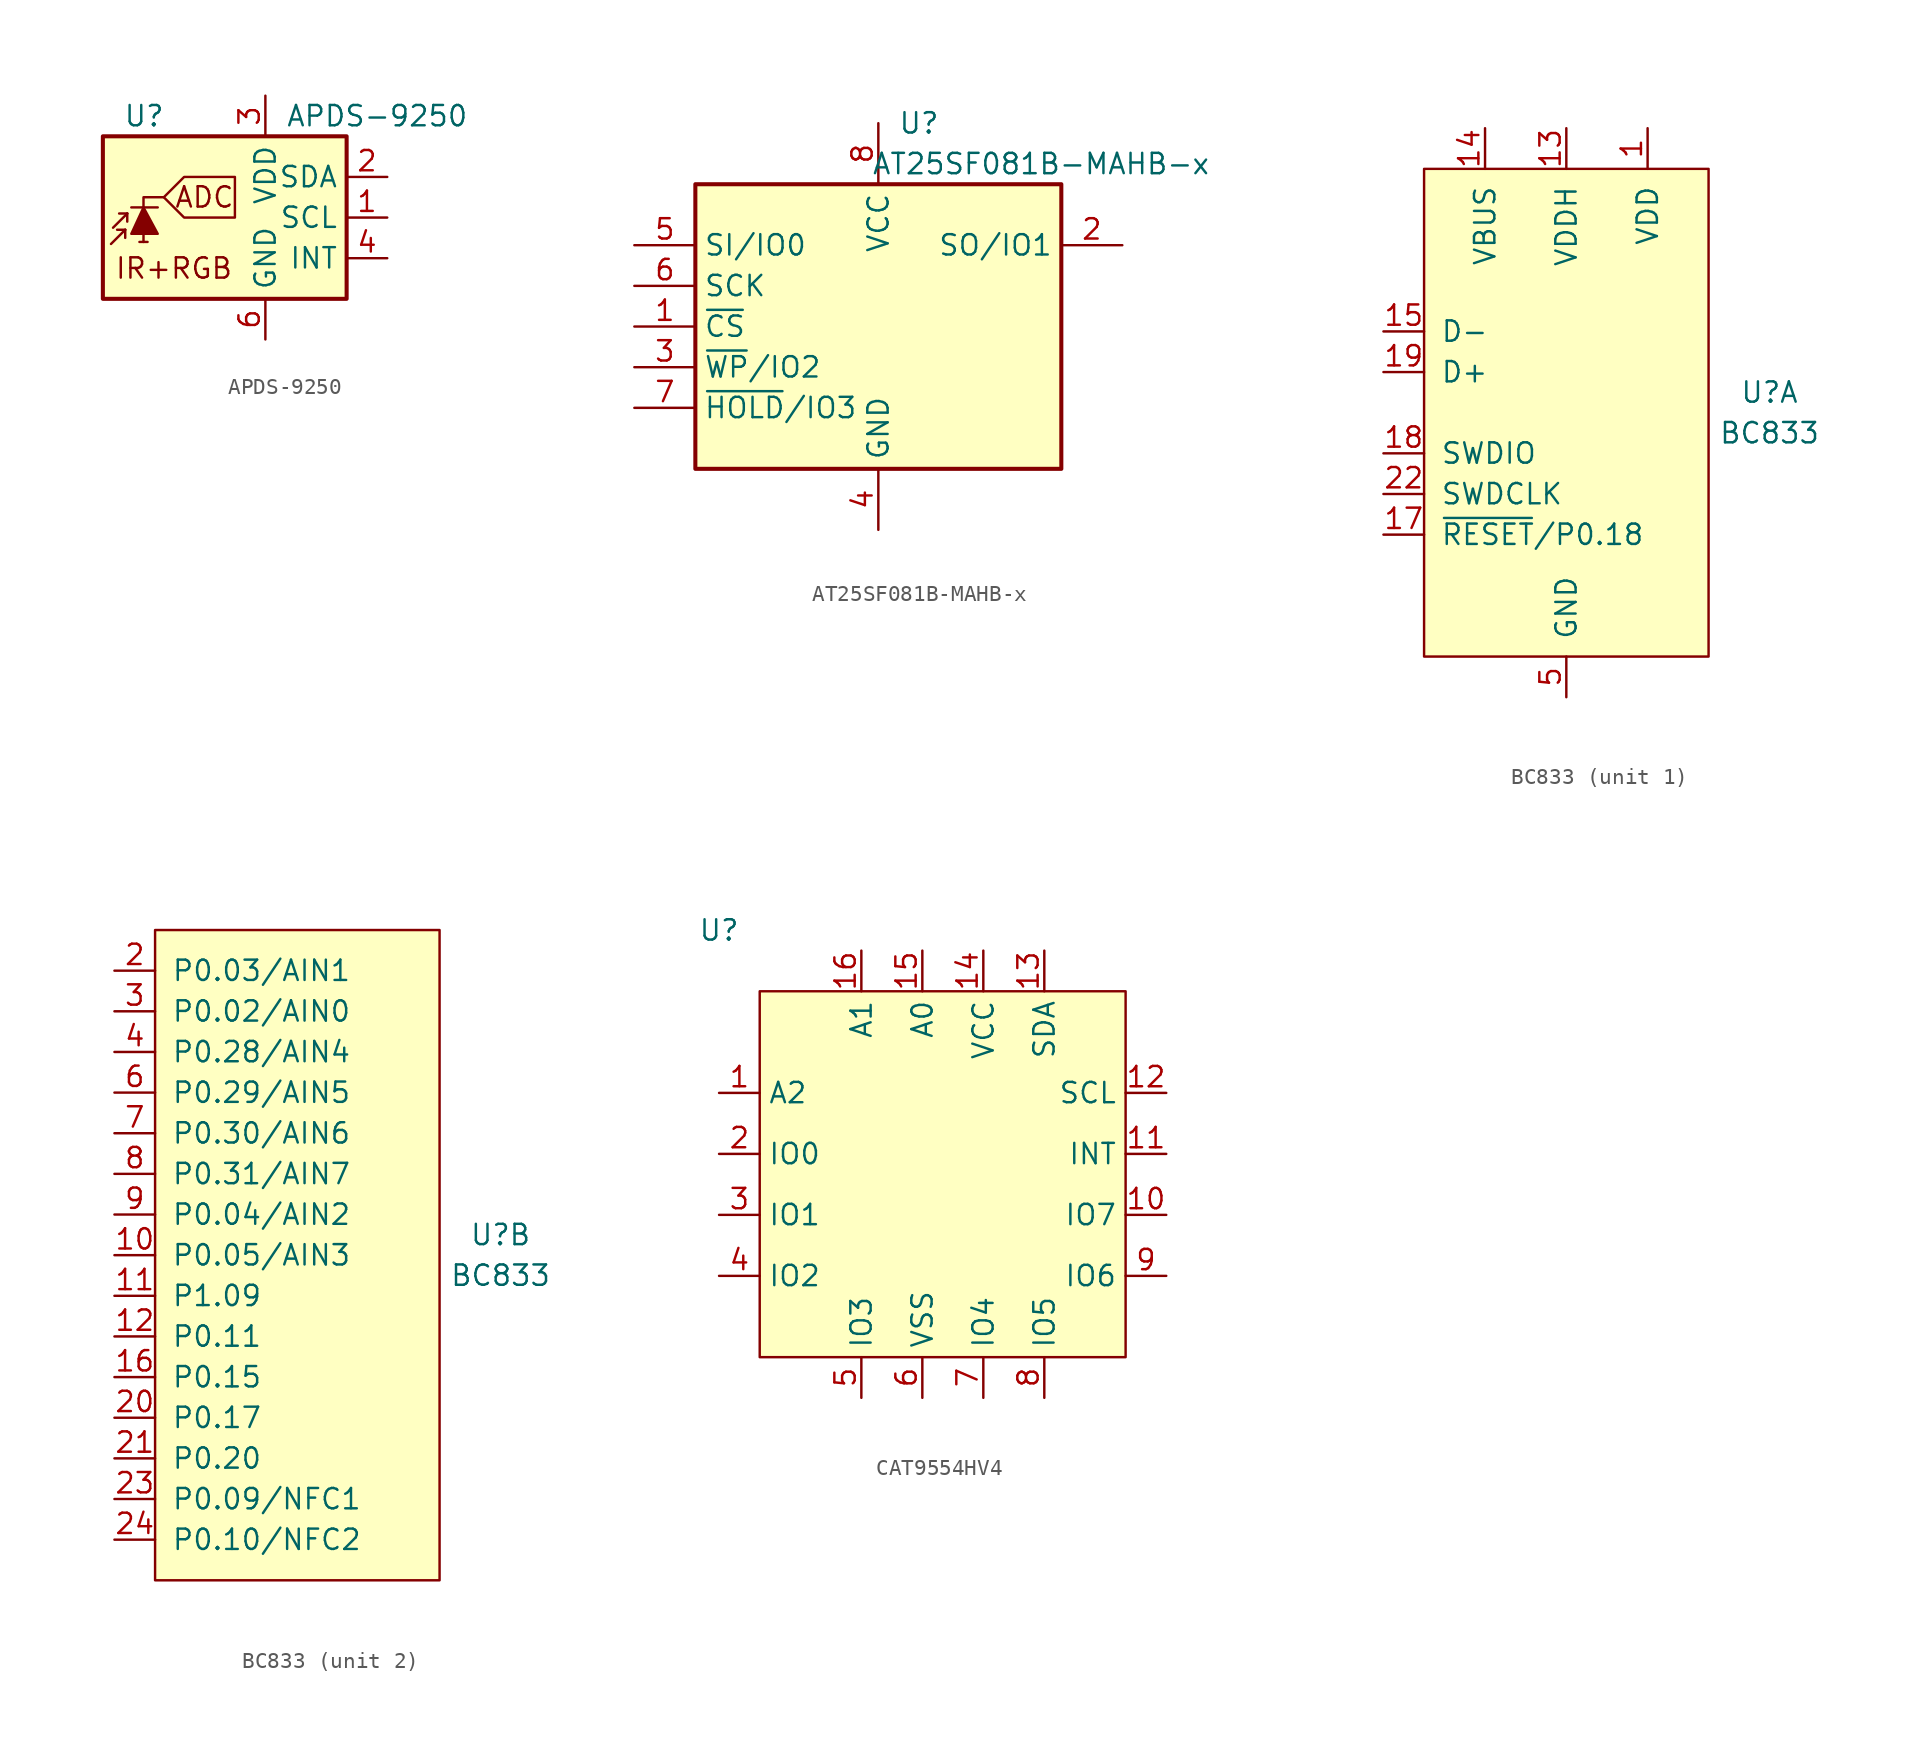
<source format=kicad_sym>
(kicad_symbol_lib
  (version 20220914)
  (generator kicad_symbol_editor)
  (symbol "APDS-9250"
    (property "Reference" "U"
      (at -6.35 6.35 0)
      (effects (font (size 1.27 1.27)) (justify left)))
    (property "Value" "APDS-9250"
      (at 3.81 6.35 0)
      (effects (font (size 1.27 1.27)) (justify left)))
    (symbol "APDS-9250_0_0"
      (polyline (pts (xy -3.81 1.27) (xy -2.54 2.54) (xy 0.635 2.54) (xy 0.635 0) (xy -2.54 0) (xy -3.81 1.27)) (stroke (width 0) (type solid)) (fill (type none)))
      (text "ADC" (at -1.27 1.27 0) (effects (font (size 1.27 1.27))))
      (text "IR+RGB" (at -3.175 -3.175 0) (effects (font (size 1.27 1.27)))))
    (symbol "APDS-9250_0_1"
      (rectangle (start -7.62 5.08) (end 7.62 -5.08) (stroke (width 0.254) (type solid)) (fill (type background))))
    (symbol "APDS-9250_1_0"
      (polyline (pts (xy -5.08 -1.524) (xy -5.08 1.27) (xy -3.81 1.27)) (stroke (width 0) (type solid)) (fill (type none))))
    (symbol "APDS-9250_1_1"
      (polyline (pts (xy -6.223 -0.762) (xy -7.112 -1.651)) (stroke (width 0) (type solid)) (fill (type none)))
      (polyline (pts (xy -6.223 -0.762) (xy -6.731 -0.762)) (stroke (width 0) (type solid)) (fill (type none)))
      (polyline (pts (xy -6.223 -0.762) (xy -6.223 -1.27)) (stroke (width 0) (type solid)) (fill (type none)))
      (polyline (pts (xy -6.096 0.254) (xy -6.985 -0.635)) (stroke (width 0) (type solid)) (fill (type none)))
      (polyline (pts (xy -6.096 0.254) (xy -6.604 0.254)) (stroke (width 0) (type solid)) (fill (type none)))
      (polyline (pts (xy -6.096 0.254) (xy -6.096 -0.254)) (stroke (width 0) (type solid)) (fill (type none)))
      (polyline (pts (xy -5.842 0.635) (xy -4.191 0.635)) (stroke (width 0) (type solid)) (fill (type none)))
      (polyline (pts (xy -4.826 -1.524) (xy -5.334 -1.524)) (stroke (width 0) (type solid)) (fill (type none)))
      (polyline (pts (xy -5.842 -1.016) (xy -4.191 -1.016) (xy -5.08 0.635) (xy -5.842 -1.016)) (stroke (width 0) (type solid)) (fill (type outline)))
      (pin input line (at 10.16 0 180) (length 2.54) (name "SCL" (effects (font (size 1.27 1.27)))) (number "1" (effects (font (size 1.27 1.27)))))
      (pin bidirectional line (at 10.16 2.54 180) (length 2.54) (name "SDA" (effects (font (size 1.27 1.27)))) (number "2" (effects (font (size 1.27 1.27)))))
      (pin power_in line (at 2.54 7.62 270) (length 2.54) (name "VDD" (effects (font (size 1.27 1.27)))) (number "3" (effects (font (size 1.27 1.27)))))
      (pin open_collector line (at 10.16 -2.54 180) (length 2.54) (name "INT" (effects (font (size 1.27 1.27)))) (number "4" (effects (font (size 1.27 1.27)))))
      (pin no_connect line (at -7.62 2.54 0) (length 2.54) hide (name "NC" (effects (font (size 1.27 1.27)))) (number "5" (effects (font (size 1.27 1.27)))))
      (pin power_in line (at 2.54 -7.62 90) (length 2.54) (name "GND" (effects (font (size 1.27 1.27)))) (number "6" (effects (font (size 1.27 1.27)))))))
  (symbol "AT25SF081B-MAHB-x"
    (property "Reference" "U"
      (at 2.54 12.7 0)
      (effects (font (size 1.27 1.27))))
    (property "Value" "AT25SF081B-MAHB-x"
      (at 10.16 10.16 0)
      (effects (font (size 1.27 1.27))))
    (symbol "AT25SF081B-MAHB-x_1_1"
      (rectangle (start -11.43 8.89) (end 11.43 -8.89) (stroke (width 0.254) (type solid)) (fill (type background)))
      (pin input line (at -15.24 0 0) (length 3.81) (name "~{CS}" (effects (font (size 1.27 1.27)))) (number "1" (effects (font (size 1.27 1.27)))))
      (pin bidirectional line (at 15.24 5.08 180) (length 3.81) (name "SO/IO1" (effects (font (size 1.27 1.27)))) (number "2" (effects (font (size 1.27 1.27)))))
      (pin bidirectional line (at -15.24 -2.54 0) (length 3.81) (name "~{WP}/IO2" (effects (font (size 1.27 1.27)))) (number "3" (effects (font (size 1.27 1.27)))))
      (pin power_in line (at 0 -12.7 90) (length 3.81) (name "GND" (effects (font (size 1.27 1.27)))) (number "4" (effects (font (size 1.27 1.27)))))
      (pin bidirectional line (at -15.24 5.08 0) (length 3.81) (name "SI/IO0" (effects (font (size 1.27 1.27)))) (number "5" (effects (font (size 1.27 1.27)))))
      (pin input line (at -15.24 2.54 0) (length 3.81) (name "SCK" (effects (font (size 1.27 1.27)))) (number "6" (effects (font (size 1.27 1.27)))))
      (pin bidirectional line (at -15.24 -5.08 0) (length 3.81) (name "~{HOLD}/IO3" (effects (font (size 1.27 1.27)))) (number "7" (effects (font (size 1.27 1.27)))))
      (pin power_in line (at 0 12.7 270) (length 3.81) (name "VCC" (effects (font (size 1.27 1.27)))) (number "8" (effects (font (size 1.27 1.27)))))))
  (symbol "BC833"
    (pin_names
      (offset 1.016))
    (property "Reference" "U"
      (at 12.7 1.27 0)
      (effects (font (size 1.27 1.27))))
    (property "Value" "BC833"
      (at 12.7 -1.27 0)
      (effects (font (size 1.27 1.27))))
    (property "ki_locked" ""
      (at 0 0 0)
      (effects (font (size 1.27 1.27))))
    (symbol "BC833_1_1"
      (rectangle (start -8.89 15.24) (end 8.89 -15.24) (stroke (width 0) (type solid)) (fill (type background)))
      (pin power_in line (at 5.08 17.78 270) (length 2.54) (name "VDD" (effects (font (size 1.27 1.27)))) (number "1" (effects (font (size 1.27 1.27)))))
      (pin power_in line (at 0 17.78 270) (length 2.54) (name "VDDH" (effects (font (size 1.27 1.27)))) (number "13" (effects (font (size 1.27 1.27)))))
      (pin power_in line (at -5.08 17.78 270) (length 2.54) (name "VBUS" (effects (font (size 1.27 1.27)))) (number "14" (effects (font (size 1.27 1.27)))))
      (pin bidirectional line (at -11.43 5.08 0) (length 2.54) (name "D-" (effects (font (size 1.27 1.27)))) (number "15" (effects (font (size 1.27 1.27)))))
      (pin input line (at -11.43 -7.62 0) (length 2.54) (name "~{RESET}/P0.18" (effects (font (size 1.27 1.27)))) (number "17" (effects (font (size 1.27 1.27)))))
      (pin bidirectional line (at -11.43 -2.54 0) (length 2.54) (name "SWDIO" (effects (font (size 1.27 1.27)))) (number "18" (effects (font (size 1.27 1.27)))))
      (pin bidirectional line (at -11.43 2.54 0) (length 2.54) (name "D+" (effects (font (size 1.27 1.27)))) (number "19" (effects (font (size 1.27 1.27)))))
      (pin input line (at -11.43 -5.08 0) (length 2.54) (name "SWDCLK" (effects (font (size 1.27 1.27)))) (number "22" (effects (font (size 1.27 1.27)))))
      (pin power_in line (at 0 -17.78 90) (length 2.54) hide (name "GND" (effects (font (size 1.27 1.27)))) (number "25" (effects (font (size 1.27 1.27)))))
      (pin power_in line (at 0 -17.78 90) (length 2.54) hide (name "GND" (effects (font (size 1.27 1.27)))) (number "26" (effects (font (size 1.27 1.27)))))
      (pin power_in line (at 0 -17.78 90) (length 2.54) hide (name "GND" (effects (font (size 1.27 1.27)))) (number "27" (effects (font (size 1.27 1.27)))))
      (pin power_in line (at 0 -17.78 90) (length 2.54) hide (name "GND" (effects (font (size 1.27 1.27)))) (number "28" (effects (font (size 1.27 1.27)))))
      (pin power_in line (at 0 -17.78 90) (length 2.54) (name "GND" (effects (font (size 1.27 1.27)))) (number "5" (effects (font (size 1.27 1.27))))))
    (symbol "BC833_2_1"
      (rectangle (start -8.89 20.32) (end 8.89 -20.32) (stroke (width 0) (type solid)) (fill (type background)))
      (pin bidirectional line (at -11.43 0 0) (length 2.54) (name "P0.05/AIN3" (effects (font (size 1.27 1.27)))) (number "10" (effects (font (size 1.27 1.27)))))
      (pin bidirectional line (at -11.43 -2.54 0) (length 2.54) (name "P1.09" (effects (font (size 1.27 1.27)))) (number "11" (effects (font (size 1.27 1.27)))))
      (pin bidirectional line (at -11.43 -5.08 0) (length 2.54) (name "P0.11" (effects (font (size 1.27 1.27)))) (number "12" (effects (font (size 1.27 1.27)))))
      (pin bidirectional line (at -11.43 -7.62 0) (length 2.54) (name "P0.15" (effects (font (size 1.27 1.27)))) (number "16" (effects (font (size 1.27 1.27)))))
      (pin bidirectional line (at -11.43 17.78 0) (length 2.54) (name "P0.03/AIN1" (effects (font (size 1.27 1.27)))) (number "2" (effects (font (size 1.27 1.27)))))
      (pin bidirectional line (at -11.43 -10.16 0) (length 2.54) (name "P0.17" (effects (font (size 1.27 1.27)))) (number "20" (effects (font (size 1.27 1.27)))))
      (pin bidirectional line (at -11.43 -12.7 0) (length 2.54) (name "P0.20" (effects (font (size 1.27 1.27)))) (number "21" (effects (font (size 1.27 1.27)))))
      (pin bidirectional line (at -11.43 -15.24 0) (length 2.54) (name "P0.09/NFC1" (effects (font (size 1.27 1.27)))) (number "23" (effects (font (size 1.27 1.27)))))
      (pin bidirectional line (at -11.43 -17.78 0) (length 2.54) (name "P0.10/NFC2" (effects (font (size 1.27 1.27)))) (number "24" (effects (font (size 1.27 1.27)))))
      (pin bidirectional line (at -11.43 15.24 0) (length 2.54) (name "P0.02/AIN0" (effects (font (size 1.27 1.27)))) (number "3" (effects (font (size 1.27 1.27)))))
      (pin bidirectional line (at -11.43 12.7 0) (length 2.54) (name "P0.28/AIN4" (effects (font (size 1.27 1.27)))) (number "4" (effects (font (size 1.27 1.27)))))
      (pin bidirectional line (at -11.43 10.16 0) (length 2.54) (name "P0.29/AIN5" (effects (font (size 1.27 1.27)))) (number "6" (effects (font (size 1.27 1.27)))))
      (pin bidirectional line (at -11.43 7.62 0) (length 2.54) (name "P0.30/AIN6" (effects (font (size 1.27 1.27)))) (number "7" (effects (font (size 1.27 1.27)))))
      (pin bidirectional line (at -11.43 5.08 0) (length 2.54) (name "P0.31/AIN7" (effects (font (size 1.27 1.27)))) (number "8" (effects (font (size 1.27 1.27)))))
      (pin bidirectional line (at -11.43 2.54 0) (length 2.54) (name "P0.04/AIN2" (effects (font (size 1.27 1.27)))) (number "9" (effects (font (size 1.27 1.27)))))))
  (symbol "CAT9554HV4"
    (property "Reference" "U"
      (at -13.97 15.24 0)
      (effects (font (size 1.27 1.27))))
    (property "Value" ""
      (at 0 0 0)
      (effects (font (size 1.27 1.27))))
    (symbol "CAT9554HV4_1_1"
      (rectangle (start -11.43 11.43) (end 11.43 -11.43) (stroke (width 0) (type default)) (fill (type background)))
      (pin input line (at -13.97 5.08 0) (length 2.54) (name "A2" (effects (font (size 1.27 1.27)))) (number "1" (effects (font (size 1.27 1.27)))))
      (pin bidirectional line (at 13.97 -2.54 180) (length 2.54) (name "IO7" (effects (font (size 1.27 1.27)))) (number "10" (effects (font (size 1.27 1.27)))))
      (pin input line (at 13.97 1.27 180) (length 2.54) (name "INT" (effects (font (size 1.27 1.27)))) (number "11" (effects (font (size 1.27 1.27)))))
      (pin bidirectional line (at 13.97 5.08 180) (length 2.54) (name "SCL" (effects (font (size 1.27 1.27)))) (number "12" (effects (font (size 1.27 1.27)))))
      (pin bidirectional line (at 6.35 13.97 270) (length 2.54) (name "SDA" (effects (font (size 1.27 1.27)))) (number "13" (effects (font (size 1.27 1.27)))))
      (pin power_in line (at 2.54 13.97 270) (length 2.54) (name "VCC" (effects (font (size 1.27 1.27)))) (number "14" (effects (font (size 1.27 1.27)))))
      (pin input line (at -1.27 13.97 270) (length 2.54) (name "A0" (effects (font (size 1.27 1.27)))) (number "15" (effects (font (size 1.27 1.27)))))
      (pin input line (at -5.08 13.97 270) (length 2.54) (name "A1" (effects (font (size 1.27 1.27)))) (number "16" (effects (font (size 1.27 1.27)))))
      (pin bidirectional line (at -13.97 1.27 0) (length 2.54) (name "IO0" (effects (font (size 1.27 1.27)))) (number "2" (effects (font (size 1.27 1.27)))))
      (pin bidirectional line (at -13.97 -2.54 0) (length 2.54) (name "IO1" (effects (font (size 1.27 1.27)))) (number "3" (effects (font (size 1.27 1.27)))))
      (pin bidirectional line (at -13.97 -6.35 0) (length 2.54) (name "IO2" (effects (font (size 1.27 1.27)))) (number "4" (effects (font (size 1.27 1.27)))))
      (pin bidirectional line (at -5.08 -13.97 90) (length 2.54) (name "IO3" (effects (font (size 1.27 1.27)))) (number "5" (effects (font (size 1.27 1.27)))))
      (pin power_in line (at -1.27 -13.97 90) (length 2.54) (name "VSS" (effects (font (size 1.27 1.27)))) (number "6" (effects (font (size 1.27 1.27)))))
      (pin bidirectional line (at 2.54 -13.97 90) (length 2.54) (name "IO4" (effects (font (size 1.27 1.27)))) (number "7" (effects (font (size 1.27 1.27)))))
      (pin bidirectional line (at 6.35 -13.97 90) (length 2.54) (name "IO5" (effects (font (size 1.27 1.27)))) (number "8" (effects (font (size 1.27 1.27)))))
      (pin bidirectional line (at 13.97 -6.35 180) (length 2.54) (name "IO6" (effects (font (size 1.27 1.27)))) (number "9" (effects (font (size 1.27 1.27))))))))
</source>
